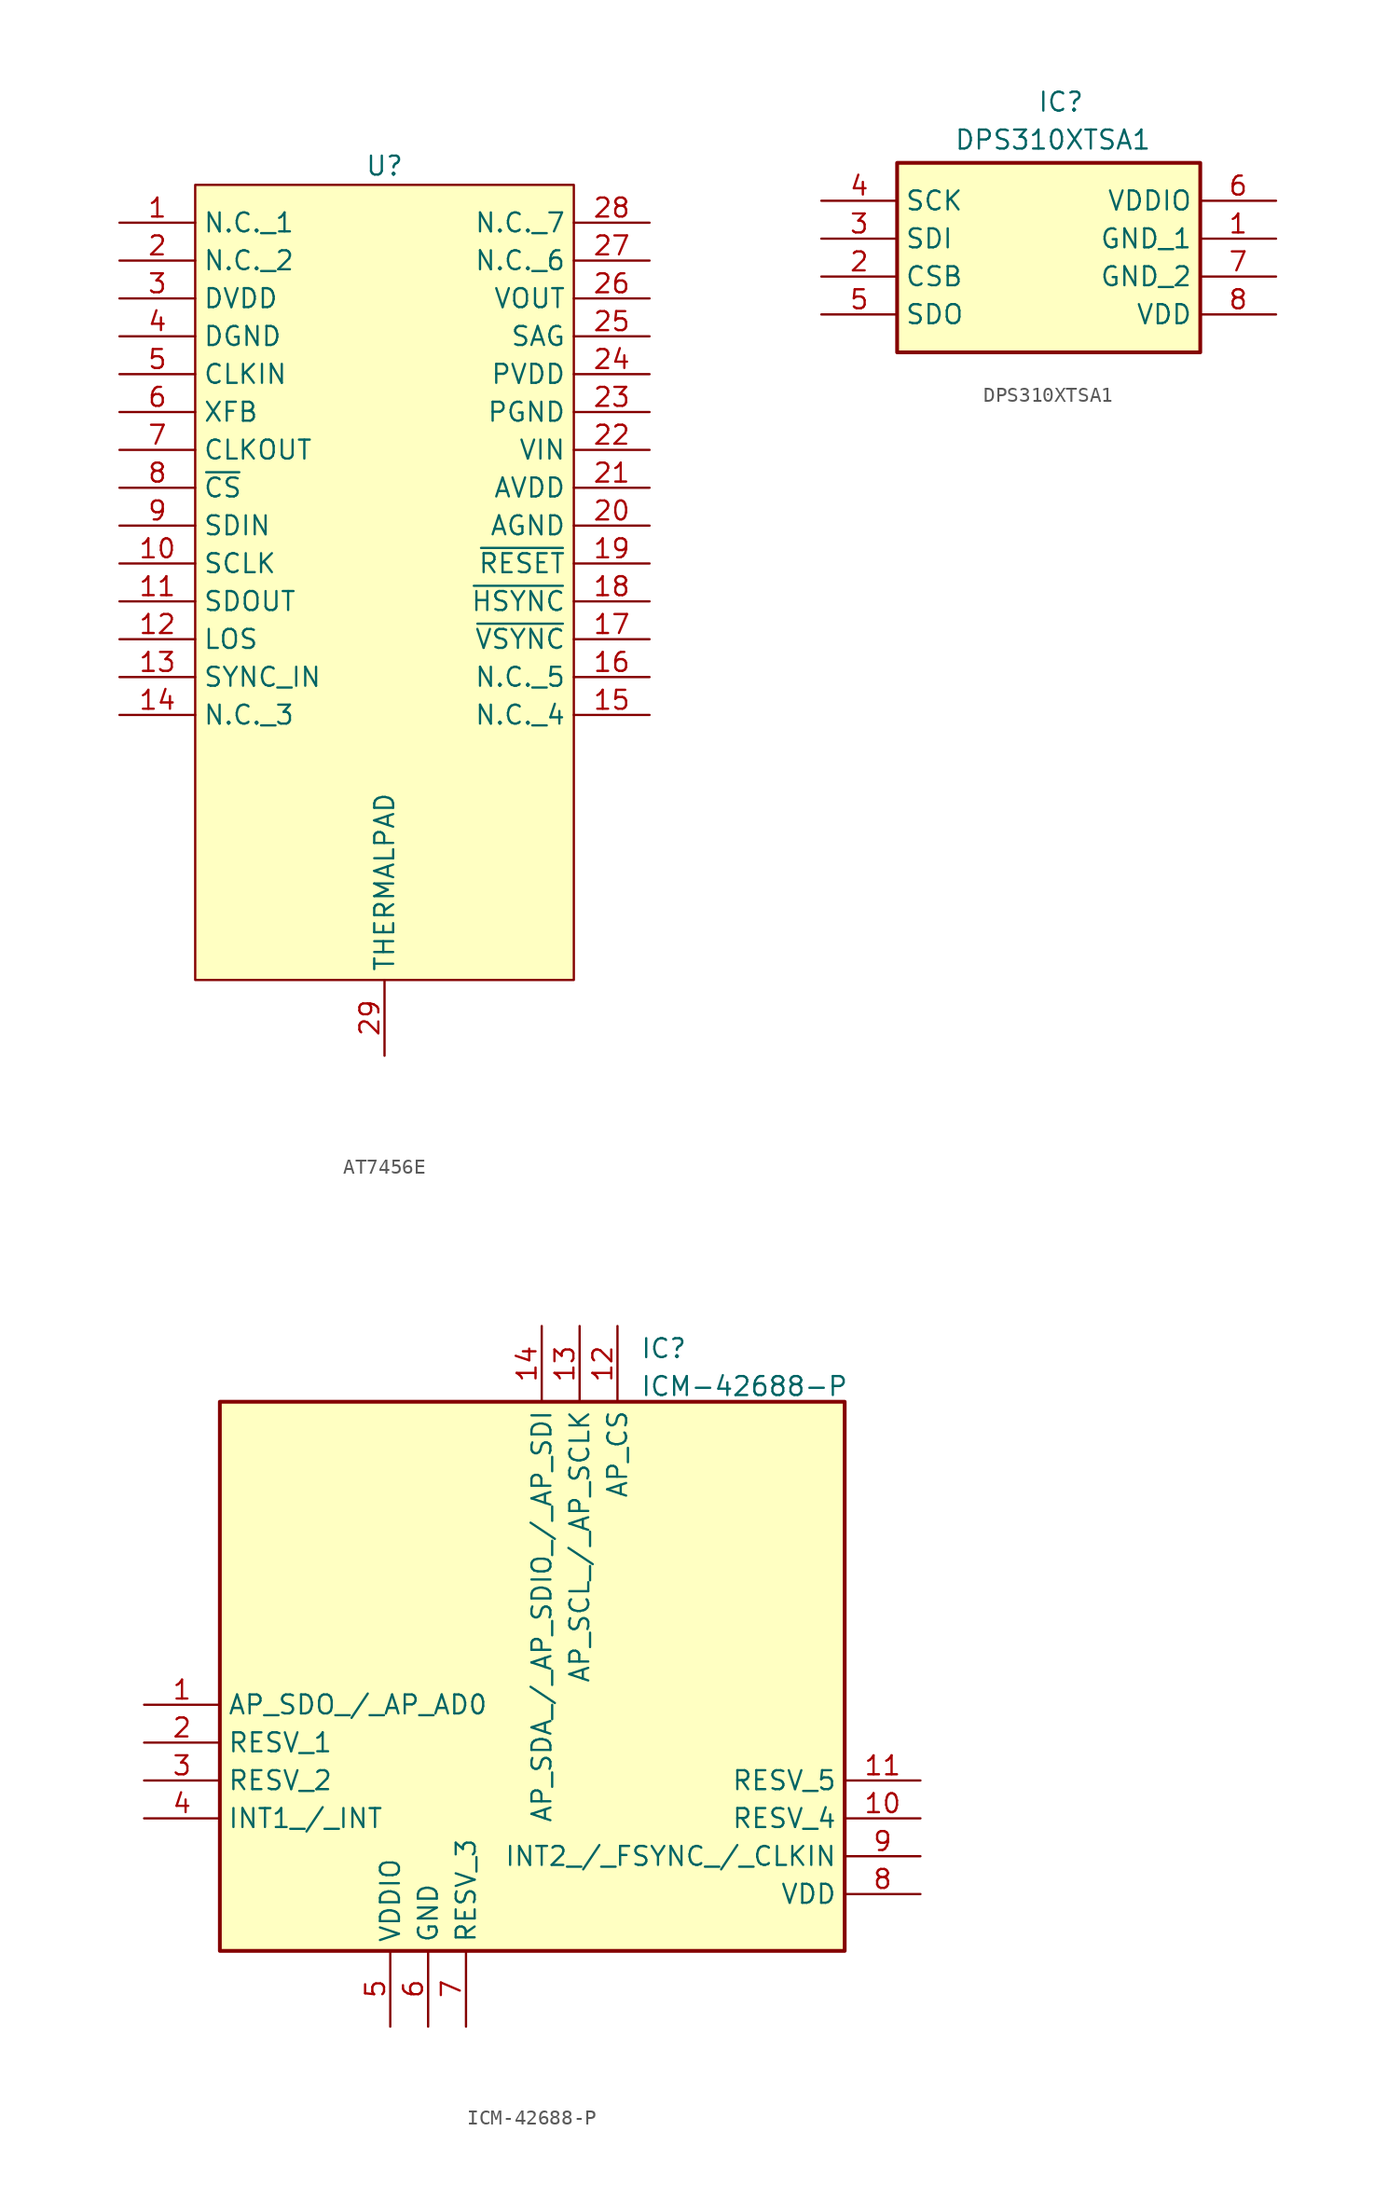
<source format=kicad_sym>
(kicad_symbol_lib
  (version 20241209)
  (generator "kicad_symbol_editor")
  (generator_version "9.0")
  (symbol "AT7456E"
    (property "Reference" "U"
      (at 0 0 0)
      (effects (font (size 1.27 1.27))))
    (property "Value" ""
      (at 0 0 0)
      (effects (font (size 1.27 1.27))))
    (symbol "AT7456E_0_0"
      (pin passive line (at -17.78 -3.81 0) (length 5.08) (name "N.C._1" (effects (font (size 1.27 1.27)))) (number "1" (effects (font (size 1.27 1.27)))))
      (pin passive line (at -17.78 -6.35 0) (length 5.08) (name "N.C._2" (effects (font (size 1.27 1.27)))) (number "2" (effects (font (size 1.27 1.27)))))
      (pin passive line (at -17.78 -8.89 0) (length 5.08) (name "DVDD" (effects (font (size 1.27 1.27)))) (number "3" (effects (font (size 1.27 1.27)))))
      (pin passive line (at -17.78 -11.43 0) (length 5.08) (name "DGND" (effects (font (size 1.27 1.27)))) (number "4" (effects (font (size 1.27 1.27)))))
      (pin passive line (at -17.78 -13.97 0) (length 5.08) (name "CLKIN" (effects (font (size 1.27 1.27)))) (number "5" (effects (font (size 1.27 1.27)))))
      (pin passive line (at -17.78 -16.51 0) (length 5.08) (name "XFB" (effects (font (size 1.27 1.27)))) (number "6" (effects (font (size 1.27 1.27)))))
      (pin passive line (at -17.78 -19.05 0) (length 5.08) (name "CLKOUT" (effects (font (size 1.27 1.27)))) (number "7" (effects (font (size 1.27 1.27)))))
      (pin passive line (at -17.78 -21.59 0) (length 5.08) (name "~{CS}" (effects (font (size 1.27 1.27)))) (number "8" (effects (font (size 1.27 1.27)))))
      (pin passive line (at -17.78 -24.13 0) (length 5.08) (name "SDIN" (effects (font (size 1.27 1.27)))) (number "9" (effects (font (size 1.27 1.27)))))
      (pin passive line (at -17.78 -26.67 0) (length 5.08) (name "SCLK" (effects (font (size 1.27 1.27)))) (number "10" (effects (font (size 1.27 1.27)))))
      (pin passive line (at -17.78 -29.21 0) (length 5.08) (name "SDOUT" (effects (font (size 1.27 1.27)))) (number "11" (effects (font (size 1.27 1.27)))))
      (pin passive line (at -17.78 -31.75 0) (length 5.08) (name "LOS" (effects (font (size 1.27 1.27)))) (number "12" (effects (font (size 1.27 1.27)))))
      (pin passive line (at -17.78 -34.29 0) (length 5.08) (name "SYNC_IN" (effects (font (size 1.27 1.27)))) (number "13" (effects (font (size 1.27 1.27)))))
      (pin passive line (at -17.78 -36.83 0) (length 5.08) (name "N.C._3" (effects (font (size 1.27 1.27)))) (number "14" (effects (font (size 1.27 1.27)))))
      (pin passive line (at 0 -59.69 90) (length 5.08) (name "THERMALPAD" (effects (font (size 1.27 1.27)))) (number "29" (effects (font (size 1.27 1.27)))))
      (pin passive line (at 17.78 -3.81 180) (length 5.08) (name "N.C._7" (effects (font (size 1.27 1.27)))) (number "28" (effects (font (size 1.27 1.27)))))
      (pin passive line (at 17.78 -6.35 180) (length 5.08) (name "N.C._6" (effects (font (size 1.27 1.27)))) (number "27" (effects (font (size 1.27 1.27)))))
      (pin passive line (at 17.78 -8.89 180) (length 5.08) (name "VOUT" (effects (font (size 1.27 1.27)))) (number "26" (effects (font (size 1.27 1.27)))))
      (pin passive line (at 17.78 -11.43 180) (length 5.08) (name "SAG" (effects (font (size 1.27 1.27)))) (number "25" (effects (font (size 1.27 1.27)))))
      (pin passive line (at 17.78 -13.97 180) (length 5.08) (name "PVDD" (effects (font (size 1.27 1.27)))) (number "24" (effects (font (size 1.27 1.27)))))
      (pin passive line (at 17.78 -16.51 180) (length 5.08) (name "PGND" (effects (font (size 1.27 1.27)))) (number "23" (effects (font (size 1.27 1.27)))))
      (pin passive line (at 17.78 -19.05 180) (length 5.08) (name "VIN" (effects (font (size 1.27 1.27)))) (number "22" (effects (font (size 1.27 1.27)))))
      (pin passive line (at 17.78 -21.59 180) (length 5.08) (name "AVDD" (effects (font (size 1.27 1.27)))) (number "21" (effects (font (size 1.27 1.27)))))
      (pin passive line (at 17.78 -24.13 180) (length 5.08) (name "AGND" (effects (font (size 1.27 1.27)))) (number "20" (effects (font (size 1.27 1.27)))))
      (pin passive line (at 17.78 -26.67 180) (length 5.08) (name "~{RESET}" (effects (font (size 1.27 1.27)))) (number "19" (effects (font (size 1.27 1.27)))))
      (pin passive line (at 17.78 -29.21 180) (length 5.08) (name "~{HSYNC}" (effects (font (size 1.27 1.27)))) (number "18" (effects (font (size 1.27 1.27)))))
      (pin passive line (at 17.78 -31.75 180) (length 5.08) (name "~{VSYNC}" (effects (font (size 1.27 1.27)))) (number "17" (effects (font (size 1.27 1.27)))))
      (pin passive line (at 17.78 -34.29 180) (length 5.08) (name "N.C._5" (effects (font (size 1.27 1.27)))) (number "16" (effects (font (size 1.27 1.27)))))
      (pin passive line (at 17.78 -36.83 180) (length 5.08) (name "N.C._4" (effects (font (size 1.27 1.27)))) (number "15" (effects (font (size 1.27 1.27))))))
    (symbol "AT7456E_1_1"
      (polyline (pts (xy -12.7 -1.27) (xy 12.7 -1.27) (xy 12.7 -54.61) (xy -12.7 -54.61) (xy -12.7 -1.27)) (stroke (width 0.152) (type default)) (fill (type background)))))
  (symbol "DPS310XTSA1"
    (property "Reference" "IC"
      (at -0.762 11.176 0)
      (effects (font (size 1.27 1.27)) (justify left top)))
    (property "Value" "DPS310XTSA1"
      (at -6.35 8.636 0)
      (effects (font (size 1.27 1.27)) (justify left top)))
    (symbol "DPS310XTSA1_1_1"
      (rectangle (start -10.16 6.35) (end 10.16 -6.35) (stroke (width 0.254) (type default)) (fill (type background)))
      (pin passive line (at -15.24 3.81 0) (length 5.08) (name "SCK" (effects (font (size 1.27 1.27)))) (number "4" (effects (font (size 1.27 1.27)))))
      (pin passive line (at -15.24 1.27 0) (length 5.08) (name "SDI" (effects (font (size 1.27 1.27)))) (number "3" (effects (font (size 1.27 1.27)))))
      (pin passive line (at -15.24 -1.27 0) (length 5.08) (name "CSB" (effects (font (size 1.27 1.27)))) (number "2" (effects (font (size 1.27 1.27)))))
      (pin passive line (at -15.24 -3.81 0) (length 5.08) (name "SDO" (effects (font (size 1.27 1.27)))) (number "5" (effects (font (size 1.27 1.27)))))
      (pin passive line (at 15.24 3.81 180) (length 5.08) (name "VDDIO" (effects (font (size 1.27 1.27)))) (number "6" (effects (font (size 1.27 1.27)))))
      (pin passive line (at 15.24 1.27 180) (length 5.08) (name "GND_1" (effects (font (size 1.27 1.27)))) (number "1" (effects (font (size 1.27 1.27)))))
      (pin passive line (at 15.24 -1.27 180) (length 5.08) (name "GND_2" (effects (font (size 1.27 1.27)))) (number "7" (effects (font (size 1.27 1.27)))))
      (pin passive line (at 15.24 -3.81 180) (length 5.08) (name "VDD" (effects (font (size 1.27 1.27)))) (number "8" (effects (font (size 1.27 1.27)))))))
  (symbol "ICM-42688-P"
    (property "Reference" "IC"
      (at 9.144 18.288 0)
      (effects (font (size 1.27 1.27)) (justify left top)))
    (property "Value" "ICM-42688-P"
      (at 9.144 15.748 0)
      (effects (font (size 1.27 1.27)) (justify left top)))
    (symbol "ICM-42688-P_1_1"
      (rectangle (start -19.05 13.97) (end 22.86 -22.86) (stroke (width 0.254) (type default)) (fill (type background)))
      (pin passive line (at -24.13 -6.35 0) (length 5.08) (name "AP_SDO_/_AP_AD0" (effects (font (size 1.27 1.27)))) (number "1" (effects (font (size 1.27 1.27)))))
      (pin passive line (at -24.13 -8.89 0) (length 5.08) (name "RESV_1" (effects (font (size 1.27 1.27)))) (number "2" (effects (font (size 1.27 1.27)))))
      (pin passive line (at -24.13 -11.43 0) (length 5.08) (name "RESV_2" (effects (font (size 1.27 1.27)))) (number "3" (effects (font (size 1.27 1.27)))))
      (pin passive line (at -24.13 -13.97 0) (length 5.08) (name "INT1_/_INT" (effects (font (size 1.27 1.27)))) (number "4" (effects (font (size 1.27 1.27)))))
      (pin passive line (at -7.62 -27.94 90) (length 5.08) (name "VDDIO" (effects (font (size 1.27 1.27)))) (number "5" (effects (font (size 1.27 1.27)))))
      (pin passive line (at -5.08 -27.94 90) (length 5.08) (name "GND" (effects (font (size 1.27 1.27)))) (number "6" (effects (font (size 1.27 1.27)))))
      (pin passive line (at -2.54 -27.94 90) (length 5.08) (name "RESV_3" (effects (font (size 1.27 1.27)))) (number "7" (effects (font (size 1.27 1.27)))))
      (pin passive line (at 2.54 19.05 270) (length 5.08) (name "AP_SDA_/_AP_SDIO_/_AP_SDI" (effects (font (size 1.27 1.27)))) (number "14" (effects (font (size 1.27 1.27)))))
      (pin passive line (at 5.08 19.05 270) (length 5.08) (name "AP_SCL_/_AP_SCLK" (effects (font (size 1.27 1.27)))) (number "13" (effects (font (size 1.27 1.27)))))
      (pin passive line (at 7.62 19.05 270) (length 5.08) (name "AP_CS" (effects (font (size 1.27 1.27)))) (number "12" (effects (font (size 1.27 1.27)))))
      (pin passive line (at 27.94 -11.43 180) (length 5.08) (name "RESV_5" (effects (font (size 1.27 1.27)))) (number "11" (effects (font (size 1.27 1.27)))))
      (pin passive line (at 27.94 -13.97 180) (length 5.08) (name "RESV_4" (effects (font (size 1.27 1.27)))) (number "10" (effects (font (size 1.27 1.27)))))
      (pin passive line (at 27.94 -16.51 180) (length 5.08) (name "INT2_/_FSYNC_/_CLKIN" (effects (font (size 1.27 1.27)))) (number "9" (effects (font (size 1.27 1.27)))))
      (pin passive line (at 27.94 -19.05 180) (length 5.08) (name "VDD" (effects (font (size 1.27 1.27)))) (number "8" (effects (font (size 1.27 1.27))))))))
</source>
